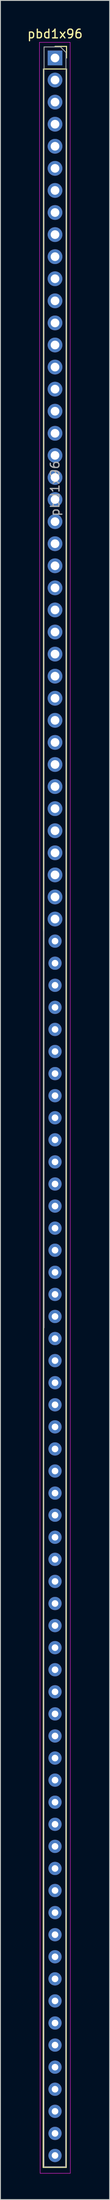
<source format=kicad_pcb>
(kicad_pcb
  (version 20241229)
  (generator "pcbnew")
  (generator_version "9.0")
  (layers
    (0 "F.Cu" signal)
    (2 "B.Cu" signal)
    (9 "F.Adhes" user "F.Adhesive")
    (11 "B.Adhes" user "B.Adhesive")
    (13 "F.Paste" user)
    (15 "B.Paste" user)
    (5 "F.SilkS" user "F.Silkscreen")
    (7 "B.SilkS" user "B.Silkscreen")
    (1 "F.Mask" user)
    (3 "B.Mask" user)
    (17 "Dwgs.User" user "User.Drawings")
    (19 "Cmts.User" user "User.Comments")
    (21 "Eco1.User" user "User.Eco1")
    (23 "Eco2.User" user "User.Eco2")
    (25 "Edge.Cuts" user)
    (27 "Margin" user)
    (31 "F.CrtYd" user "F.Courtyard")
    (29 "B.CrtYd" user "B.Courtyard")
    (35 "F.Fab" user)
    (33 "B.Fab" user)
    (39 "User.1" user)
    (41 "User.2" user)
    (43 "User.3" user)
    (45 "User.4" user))
  (footprint "pbd1x96"
    (layer "F.Cu")
    (at 3.315 3.618)
    (property "Reference" "pbd1x96" (at 0 -2.77 0) (layer "F.SilkS") (effects (font (size 1 1) (thickness 0.15))))
    (attr through_hole)
    (fp_line (start -1.36 242.67) (end 1.3 242.67) (stroke (width 0.12) (type solid)) (layer "F.SilkS"))
    (fp_line (start -1.33 1.27) (end -1.33 100.39) (stroke (width 0.12) (type solid)) (layer "F.SilkS"))
    (fp_line (start -1.33 1.27) (end 1.33 1.27) (stroke (width 0.12) (type solid)) (layer "F.SilkS"))
    (fp_line (start -1.33 100.39) (end -1.37 242.67) (stroke (width 0.12) (type solid)) (layer "F.SilkS"))
    (fp_line (start 0 -1.33) (end 1.33 -1.33) (stroke (width 0.12) (type solid)) (layer "F.SilkS"))
    (fp_line (start 1.33 -1.33) (end 1.33 0) (stroke (width 0.12) (type solid)) (layer "F.SilkS"))
    (fp_line (start 1.33 1.27) (end 1.3 242.67) (stroke (width 0.12) (type solid)) (layer "F.SilkS"))
    (fp_line (start -1.8 -1.8) (end 1.75 -1.8) (stroke (width 0.05) (type solid)) (layer "F.CrtYd"))
    (fp_line (start -1.72 243.34) (end -1.8 -1.8) (stroke (width 0.05) (type solid)) (layer "F.CrtYd"))
    (fp_line (start -1.72 243.35) (end 1.76 243.35) (stroke (width 0.05) (type solid)) (layer "F.CrtYd"))
    (fp_line (start 1.75 -1.8) (end 1.77 243.34) (stroke (width 0.05) (type solid)) (layer "F.CrtYd"))
    (fp_line (start -1.3 146.09) (end -1.28 242.59) (stroke (width 0.1) (type solid)) (layer "F.Fab"))
    (fp_line (start -1.295 100.355) (end -1.295 146.075) (stroke (width 0.15) (type solid)) (layer "F.Fab"))
    (fp_line (start -1.28 242.6) (end 1.22 242.6) (stroke (width 0.1) (type solid)) (layer "F.Fab"))
    (fp_line (start -1.27 -1.27) (end 0.635 -1.27) (stroke (width 0.1) (type solid)) (layer "F.Fab"))
    (fp_line (start -1.27 100.33) (end -1.27 -1.27) (stroke (width 0.1) (type solid)) (layer "F.Fab"))
    (fp_line (start 0.635 -1.27) (end 1.27 -0.635) (stroke (width 0.1) (type solid)) (layer "F.Fab"))
    (fp_line (start 1.27 -0.635) (end 1.23 242.6) (stroke (width 0.1) (type solid)) (layer "F.Fab"))
    (fp_text user "${REFERENCE}" (at 0 49.53 90) (layer "F.Fab") (effects (font (size 1 1) (thickness 0.15))))
    (pad "1" thru_hole rect (at 0 0) (size 1.7 1.7) (drill 1) (layers "*.Cu" "*.Mask"))
    (pad "2" thru_hole oval (at 0 2.54) (size 1.7 1.7) (drill 1) (layers "*.Cu" "*.Mask"))
    (pad "3" thru_hole oval (at 0 5.08) (size 1.7 1.7) (drill 1) (layers "*.Cu" "*.Mask"))
    (pad "4" thru_hole oval (at 0 7.62) (size 1.7 1.7) (drill 1) (layers "*.Cu" "*.Mask"))
    (pad "5" thru_hole oval (at 0 10.16) (size 1.7 1.7) (drill 1) (layers "*.Cu" "*.Mask"))
    (pad "6" thru_hole oval (at 0 12.7) (size 1.7 1.7) (drill 1) (layers "*.Cu" "*.Mask"))
    (pad "7" thru_hole oval (at 0 15.24) (size 1.7 1.7) (drill 1) (layers "*.Cu" "*.Mask"))
    (pad "8" thru_hole oval (at 0 17.78) (size 1.7 1.7) (drill 1) (layers "*.Cu" "*.Mask"))
    (pad "9" thru_hole oval (at 0 20.32) (size 1.7 1.7) (drill 1) (layers "*.Cu" "*.Mask"))
    (pad "10" thru_hole oval (at 0 22.86) (size 1.7 1.7) (drill 1) (layers "*.Cu" "*.Mask"))
    (pad "11" thru_hole oval (at 0 25.4) (size 1.7 1.7) (drill 1) (layers "*.Cu" "*.Mask"))
    (pad "12" thru_hole oval (at 0 27.94) (size 1.7 1.7) (drill 1) (layers "*.Cu" "*.Mask"))
    (pad "13" thru_hole oval (at 0 30.48) (size 1.7 1.7) (drill 1) (layers "*.Cu" "*.Mask"))
    (pad "14" thru_hole oval (at 0 33.02) (size 1.7 1.7) (drill 1) (layers "*.Cu" "*.Mask"))
    (pad "15" thru_hole oval (at 0 35.56) (size 1.7 1.7) (drill 1) (layers "*.Cu" "*.Mask"))
    (pad "16" thru_hole oval (at 0 38.1) (size 1.7 1.7) (drill 1) (layers "*.Cu" "*.Mask"))
    (pad "17" thru_hole oval (at 0 40.64) (size 1.7 1.7) (drill 1) (layers "*.Cu" "*.Mask"))
    (pad "18" thru_hole oval (at 0 43.18) (size 1.7 1.7) (drill 1) (layers "*.Cu" "*.Mask"))
    (pad "19" thru_hole oval (at 0 45.72) (size 1.7 1.7) (drill 1) (layers "*.Cu" "*.Mask"))
    (pad "20" thru_hole oval (at 0 48.26) (size 1.7 1.7) (drill 1) (layers "*.Cu" "*.Mask"))
    (pad "21" thru_hole oval (at 0 50.8) (size 1.7 1.7) (drill 1) (layers "*.Cu" "*.Mask"))
    (pad "22" thru_hole oval (at 0 53.34) (size 1.7 1.7) (drill 1) (layers "*.Cu" "*.Mask"))
    (pad "23" thru_hole oval (at 0 55.88) (size 1.7 1.7) (drill 1) (layers "*.Cu" "*.Mask"))
    (pad "24" thru_hole oval (at 0 58.42) (size 1.7 1.7) (drill 1) (layers "*.Cu" "*.Mask"))
    (pad "25" thru_hole oval (at 0 60.96) (size 1.7 1.7) (drill 1) (layers "*.Cu" "*.Mask"))
    (pad "26" thru_hole oval (at 0 63.5) (size 1.7 1.7) (drill 1) (layers "*.Cu" "*.Mask"))
    (pad "27" thru_hole oval (at 0 66.04) (size 1.7 1.7) (drill 1) (layers "*.Cu" "*.Mask"))
    (pad "28" thru_hole oval (at 0 68.58) (size 1.7 1.7) (drill 1) (layers "*.Cu" "*.Mask"))
    (pad "29" thru_hole oval (at 0 71.12) (size 1.7 1.7) (drill 1) (layers "*.Cu" "*.Mask"))
    (pad "30" thru_hole oval (at 0 73.66) (size 1.7 1.7) (drill 1) (layers "*.Cu" "*.Mask"))
    (pad "31" thru_hole oval (at 0 76.2) (size 1.7 1.7) (drill 1) (layers "*.Cu" "*.Mask"))
    (pad "32" thru_hole oval (at 0 78.74) (size 1.7 1.7) (drill 1) (layers "*.Cu" "*.Mask"))
    (pad "33" thru_hole oval (at 0 81.28) (size 1.7 1.7) (drill 1) (layers "*.Cu" "*.Mask"))
    (pad "34" thru_hole oval (at 0 83.82) (size 1.7 1.7) (drill 1) (layers "*.Cu" "*.Mask"))
    (pad "35" thru_hole oval (at 0 86.36) (size 1.7 1.7) (drill 1) (layers "*.Cu" "*.Mask"))
    (pad "36" thru_hole oval (at 0 88.9) (size 1.7 1.7) (drill 1) (layers "*.Cu" "*.Mask"))
    (pad "37" thru_hole oval (at 0 91.44) (size 1.7 1.7) (drill 1) (layers "*.Cu" "*.Mask"))
    (pad "38" thru_hole oval (at 0 93.98) (size 1.7 1.7) (drill 1) (layers "*.Cu" "*.Mask"))
    (pad "39" thru_hole oval (at 0 96.52) (size 1.7 1.7) (drill 1) (layers "*.Cu" "*.Mask"))
    (pad "40" thru_hole oval (at 0 99.06) (size 1.7 1.7) (drill 1) (layers "*.Cu" "*.Mask"))
    (pad "41" thru_hole circle (at 0 101.6) (size 1.524 1.524) (drill 0.762) (layers "*.Cu" "*.Mask"))
    (pad "42" thru_hole circle (at 0 104.14) (size 1.524 1.524) (drill 0.762) (layers "*.Cu" "*.Mask"))
    (pad "43" thru_hole circle (at 0 106.68) (size 1.524 1.524) (drill 0.762) (layers "*.Cu" "*.Mask"))
    (pad "44" thru_hole circle (at 0 109.22) (size 1.524 1.524) (drill 0.762) (layers "*.Cu" "*.Mask"))
    (pad "45" thru_hole circle (at 0 111.76) (size 1.524 1.524) (drill 0.762) (layers "*.Cu" "*.Mask"))
    (pad "46" thru_hole circle (at 0 114.3) (size 1.524 1.524) (drill 0.762) (layers "*.Cu" "*.Mask"))
    (pad "47" thru_hole circle (at 0 116.84) (size 1.524 1.524) (drill 0.762) (layers "*.Cu" "*.Mask"))
    (pad "48" thru_hole circle (at 0 119.38) (size 1.524 1.524) (drill 0.762) (layers "*.Cu" "*.Mask"))
    (pad "49" thru_hole circle (at 0 121.92) (size 1.524 1.524) (drill 0.762) (layers "*.Cu" "*.Mask"))
    (pad "50" thru_hole circle (at 0 124.46) (size 1.524 1.524) (drill 0.762) (layers "*.Cu" "*.Mask"))
    (pad "51" thru_hole circle (at 0 127) (size 1.524 1.524) (drill 0.762) (layers "*.Cu" "*.Mask"))
    (pad "52" thru_hole circle (at 0 129.54) (size 1.524 1.524) (drill 0.762) (layers "*.Cu" "*.Mask"))
    (pad "53" thru_hole circle (at 0 132.08) (size 1.524 1.524) (drill 0.762) (layers "*.Cu" "*.Mask"))
    (pad "54" thru_hole circle (at 0 134.62) (size 1.524 1.524) (drill 0.762) (layers "*.Cu" "*.Mask"))
    (pad "55" thru_hole circle (at 0 137.16) (size 1.524 1.524) (drill 0.762) (layers "*.Cu" "*.Mask"))
    (pad "56" thru_hole circle (at 0 139.7) (size 1.524 1.524) (drill 0.762) (layers "*.Cu" "*.Mask"))
    (pad "57" thru_hole circle (at 0 142.24) (size 1.524 1.524) (drill 0.762) (layers "*.Cu" "*.Mask"))
    (pad "58" thru_hole circle (at 0 144.78) (size 1.524 1.524) (drill 0.762) (layers "*.Cu" "*.Mask"))
    (pad "59" thru_hole circle (at 0 147.32) (size 1.524 1.524) (drill 0.762) (layers "*.Cu" "*.Mask"))
    (pad "60" thru_hole circle (at 0 149.86) (size 1.524 1.524) (drill 0.762) (layers "*.Cu" "*.Mask"))
    (pad "61" thru_hole circle (at 0 152.4) (size 1.524 1.524) (drill 0.762) (layers "*.Cu" "*.Mask"))
    (pad "62" thru_hole circle (at 0 154.94) (size 1.524 1.524) (drill 0.762) (layers "*.Cu" "*.Mask"))
    (pad "63" thru_hole circle (at 0 157.48) (size 1.524 1.524) (drill 0.762) (layers "*.Cu" "*.Mask"))
    (pad "64" thru_hole circle (at 0 160.02) (size 1.524 1.524) (drill 0.762) (layers "*.Cu" "*.Mask"))
    (pad "65" thru_hole circle (at 0 162.56) (size 1.524 1.524) (drill 0.762) (layers "*.Cu" "*.Mask"))
    (pad "66" thru_hole circle (at 0 165.1) (size 1.524 1.524) (drill 0.762) (layers "*.Cu" "*.Mask"))
    (pad "67" thru_hole circle (at 0 167.64) (size 1.524 1.524) (drill 0.762) (layers "*.Cu" "*.Mask"))
    (pad "68" thru_hole circle (at 0 170.18) (size 1.524 1.524) (drill 0.762) (layers "*.Cu" "*.Mask"))
    (pad "69" thru_hole circle (at 0 172.72) (size 1.524 1.524) (drill 0.762) (layers "*.Cu" "*.Mask"))
    (pad "70" thru_hole circle (at 0 175.26) (size 1.524 1.524) (drill 0.762) (layers "*.Cu" "*.Mask"))
    (pad "71" thru_hole circle (at 0 177.8) (size 1.524 1.524) (drill 0.762) (layers "*.Cu" "*.Mask"))
    (pad "72" thru_hole circle (at 0 180.34) (size 1.524 1.524) (drill 0.762) (layers "*.Cu" "*.Mask"))
    (pad "73" thru_hole circle (at 0 182.88) (size 1.524 1.524) (drill 0.762) (layers "*.Cu" "*.Mask"))
    (pad "74" thru_hole circle (at 0 185.42) (size 1.524 1.524) (drill 0.762) (layers "*.Cu" "*.Mask"))
    (pad "75" thru_hole circle (at 0 187.96) (size 1.524 1.524) (drill 0.762) (layers "*.Cu" "*.Mask"))
    (pad "76" thru_hole circle (at 0 190.5) (size 1.524 1.524) (drill 0.762) (layers "*.Cu" "*.Mask"))
    (pad "77" thru_hole circle (at 0 193.04) (size 1.524 1.524) (drill 0.762) (layers "*.Cu" "*.Mask"))
    (pad "78" thru_hole circle (at 0 195.58) (size 1.524 1.524) (drill 0.762) (layers "*.Cu" "*.Mask"))
    (pad "79" thru_hole circle (at 0 198.12) (size 1.524 1.524) (drill 0.762) (layers "*.Cu" "*.Mask"))
    (pad "80" thru_hole circle (at 0 200.66) (size 1.524 1.524) (drill 0.762) (layers "*.Cu" "*.Mask"))
    (pad "81" thru_hole circle (at 0 203.2) (size 1.524 1.524) (drill 0.762) (layers "*.Cu" "*.Mask"))
    (pad "82" thru_hole circle (at 0 205.74) (size 1.524 1.524) (drill 0.762) (layers "*.Cu" "*.Mask"))
    (pad "83" thru_hole circle (at 0 208.28) (size 1.524 1.524) (drill 0.762) (layers "*.Cu" "*.Mask"))
    (pad "84" thru_hole circle (at 0 210.82) (size 1.524 1.524) (drill 0.762) (layers "*.Cu" "*.Mask"))
    (pad "85" thru_hole circle (at 0 213.36) (size 1.524 1.524) (drill 0.762) (layers "*.Cu" "*.Mask"))
    (pad "86" thru_hole circle (at 0 215.9) (size 1.524 1.524) (drill 0.762) (layers "*.Cu" "*.Mask"))
    (pad "87" thru_hole circle (at 0 218.44) (size 1.524 1.524) (drill 0.762) (layers "*.Cu" "*.Mask"))
    (pad "88" thru_hole circle (at 0 220.98) (size 1.524 1.524) (drill 0.762) (layers "*.Cu" "*.Mask"))
    (pad "89" thru_hole circle (at 0 223.52) (size 1.524 1.524) (drill 0.762) (layers "*.Cu" "*.Mask"))
    (pad "90" thru_hole circle (at 0 226.06) (size 1.524 1.524) (drill 0.762) (layers "*.Cu" "*.Mask"))
    (pad "91" thru_hole circle (at 0 228.6) (size 1.524 1.524) (drill 0.762) (layers "*.Cu" "*.Mask"))
    (pad "92" thru_hole circle (at 0 231.14) (size 1.524 1.524) (drill 0.762) (layers "*.Cu" "*.Mask"))
    (pad "93" thru_hole circle (at 0 233.68) (size 1.524 1.524) (drill 0.762) (layers "*.Cu" "*.Mask"))
    (pad "94" thru_hole circle (at 0 236.22) (size 1.524 1.524) (drill 0.762) (layers "*.Cu" "*.Mask"))
    (pad "95" thru_hole circle (at 0 238.76) (size 1.524 1.524) (drill 0.762) (layers "*.Cu" "*.Mask"))
    (pad "96" thru_hole circle (at 0 241.3) (size 1.524 1.524) (drill 0.762) (layers "*.Cu" "*.Mask")))
  (gr_rect
    (start -3 -3)
    (end 9.631 249.993)
    (stroke (width 0.1) (type default))
    (fill no)
    (layer "Edge.Cuts")))
</source>
